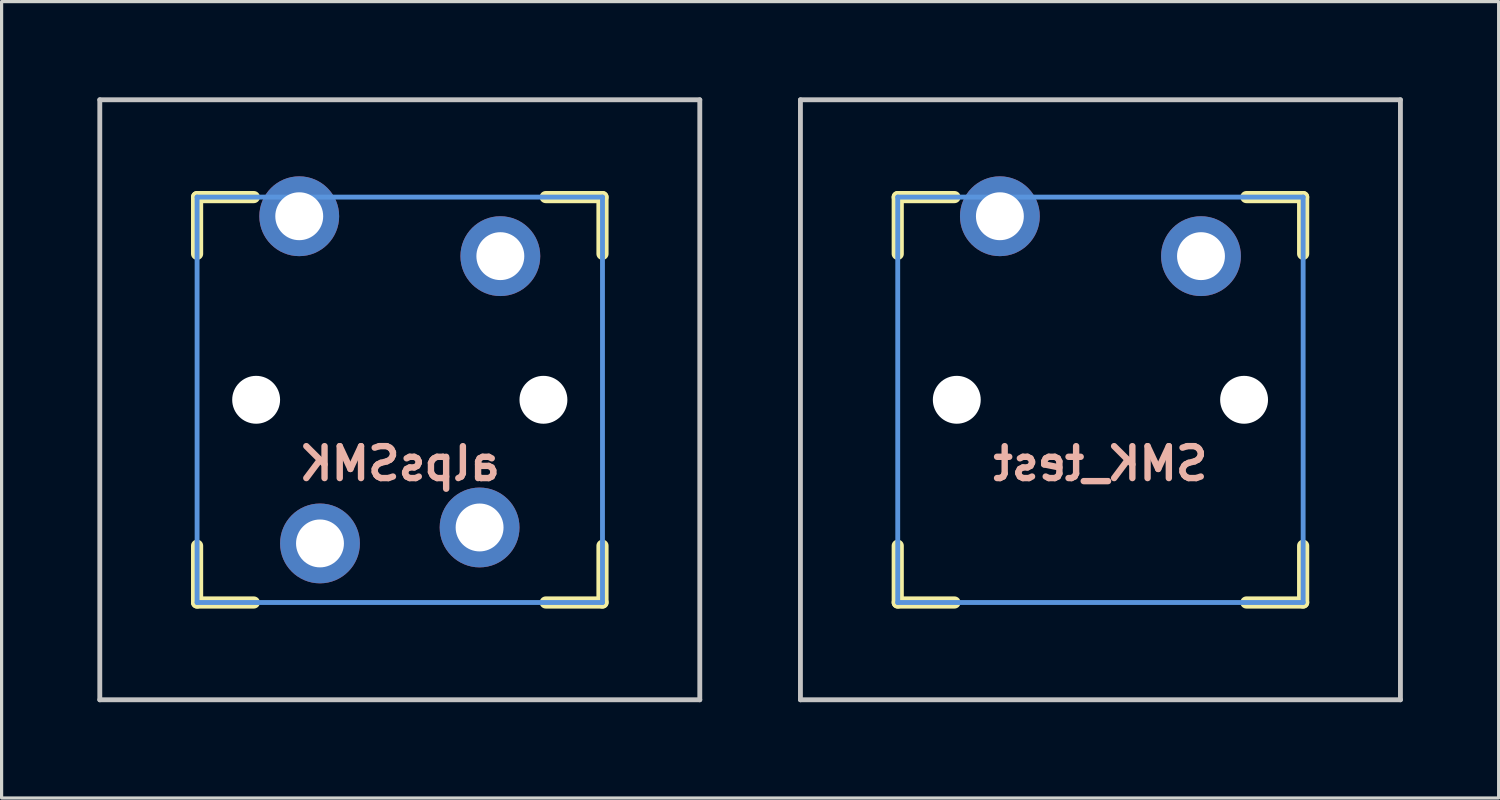
<source format=kicad_pcb>
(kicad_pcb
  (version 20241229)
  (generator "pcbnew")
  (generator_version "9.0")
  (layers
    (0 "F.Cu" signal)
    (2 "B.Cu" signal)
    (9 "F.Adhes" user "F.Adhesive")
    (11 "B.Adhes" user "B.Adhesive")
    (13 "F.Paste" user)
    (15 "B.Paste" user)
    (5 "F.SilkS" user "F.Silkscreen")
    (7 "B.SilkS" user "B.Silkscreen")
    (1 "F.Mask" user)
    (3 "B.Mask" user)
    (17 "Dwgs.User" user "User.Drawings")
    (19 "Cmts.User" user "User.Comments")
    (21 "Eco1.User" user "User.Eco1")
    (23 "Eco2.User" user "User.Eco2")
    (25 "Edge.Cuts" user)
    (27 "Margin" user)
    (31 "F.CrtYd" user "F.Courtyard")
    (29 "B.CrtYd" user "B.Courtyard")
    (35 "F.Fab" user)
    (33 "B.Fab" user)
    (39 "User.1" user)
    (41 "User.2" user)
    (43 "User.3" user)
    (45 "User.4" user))
  (footprint "alpsSMK"
    (layer "F.Cu")
    (at 9.474 9.474)
    (property "Reference" "alpsSMK" (at 0 2 0) (layer "B.SilkS") (effects (font (size 1 1) (thickness 0.2)) (justify mirror)))
    (attr through_hole)
    (fp_line (start -6.35 -6.35) (end -4.572 -6.35) (stroke (width 0.381) (type solid)) (layer "F.SilkS"))
    (fp_line (start -6.35 -4.572) (end -6.35 -6.35) (stroke (width 0.381) (type solid)) (layer "F.SilkS"))
    (fp_line (start -6.35 6.35) (end -6.35 4.572) (stroke (width 0.381) (type solid)) (layer "F.SilkS"))
    (fp_line (start -4.572 6.35) (end -6.35 6.35) (stroke (width 0.381) (type solid)) (layer "F.SilkS"))
    (fp_line (start 4.572 -6.35) (end 6.35 -6.35) (stroke (width 0.381) (type solid)) (layer "F.SilkS"))
    (fp_line (start 6.35 -6.35) (end 6.35 -4.572) (stroke (width 0.381) (type solid)) (layer "F.SilkS"))
    (fp_line (start 6.35 4.572) (end 6.35 6.35) (stroke (width 0.381) (type solid)) (layer "F.SilkS"))
    (fp_line (start 6.35 6.35) (end 4.572 6.35) (stroke (width 0.381) (type solid)) (layer "F.SilkS"))
    (fp_line (start -9.398 -9.398) (end 9.398 -9.398) (stroke (width 0.152) (type solid)) (layer "Dwgs.User"))
    (fp_line (start -9.398 9.398) (end -9.398 -9.398) (stroke (width 0.152) (type solid)) (layer "Dwgs.User"))
    (fp_line (start 9.398 -9.398) (end 9.398 9.398) (stroke (width 0.152) (type solid)) (layer "Dwgs.User"))
    (fp_line (start 9.398 9.398) (end -9.398 9.398) (stroke (width 0.152) (type solid)) (layer "Dwgs.User"))
    (fp_line (start -6.35 -6.35) (end 6.35 -6.35) (stroke (width 0.152) (type solid)) (layer "Cmts.User"))
    (fp_line (start -6.35 6.35) (end -6.35 -6.35) (stroke (width 0.152) (type solid)) (layer "Cmts.User"))
    (fp_line (start 6.35 -6.35) (end 6.35 6.35) (stroke (width 0.152) (type solid)) (layer "Cmts.User"))
    (fp_line (start 6.35 6.35) (end -6.35 6.35) (stroke (width 0.152) (type solid)) (layer "Cmts.User"))
    (fp_line (start -7.75 -6.4) (end -6.985 -6.4) (stroke (width 0.152) (type solid)) (layer "Eco2.User"))
    (fp_line (start -7.75 6.4) (end -7.75 -6.4) (stroke (width 0.152) (type solid)) (layer "Eco2.User"))
    (fp_line (start -7.75 6.4) (end -6.985 6.4) (stroke (width 0.152) (type solid)) (layer "Eco2.User"))
    (fp_line (start -6.985 -6.985) (end 6.985 -6.985) (stroke (width 0.152) (type solid)) (layer "Eco2.User"))
    (fp_line (start -6.985 -6.4) (end -6.985 -6.985) (stroke (width 0.152) (type solid)) (layer "Eco2.User"))
    (fp_line (start -6.985 6.4) (end -6.985 6.985) (stroke (width 0.152) (type solid)) (layer "Eco2.User"))
    (fp_line (start 6.985 -6.4) (end 6.985 -6.985) (stroke (width 0.152) (type solid)) (layer "Eco2.User"))
    (fp_line (start 6.985 6.4) (end 7.75 6.4) (stroke (width 0.152) (type solid)) (layer "Eco2.User"))
    (fp_line (start 6.985 6.985) (end -6.985 6.985) (stroke (width 0.152) (type solid)) (layer "Eco2.User"))
    (fp_line (start 6.985 6.985) (end 6.985 6.4) (stroke (width 0.152) (type solid)) (layer "Eco2.User"))
    (fp_line (start 7.75 -6.4) (end 6.985 -6.4) (stroke (width 0.152) (type solid)) (layer "Eco2.User"))
    (fp_line (start 7.75 6.4) (end 7.75 -6.4) (stroke (width 0.152) (type solid)) (layer "Eco2.User"))
    (pad "" np_thru_hole circle (at -4.5 0) (size 1.5 1.5) (drill 1.5) (layers "*.Cu" "*.Mask"))
    (pad "" np_thru_hole circle (at 4.5 0) (size 1.5 1.5) (drill 1.5) (layers "*.Cu" "*.Mask"))
    (pad "SW1" thru_hole circle (at -3.15 -5.75) (size 2.5 2.5) (drill 1.5) (layers "*.Cu" "*.Mask"))
    (pad "SW1" thru_hole circle (at -2.5 4.5) (size 2.5 2.5) (drill 1.5) (layers "*.Cu" "*.Mask"))
    (pad "SW2" thru_hole circle (at 2.5 4) (size 2.5 2.5) (drill 1.5) (layers "*.Cu" "*.Mask"))
    (pad "SW2" thru_hole circle (at 3.15 -4.5) (size 2.5 2.5) (drill 1.5) (layers "*.Cu" "*.Mask")))
  (footprint "SMK_test"
    (layer "F.Cu")
    (at 31.423 9.474)
    (property "Reference" "SMK_test" (at 0 2 0) (layer "B.SilkS") (effects (font (size 1 1) (thickness 0.2)) (justify mirror)))
    (attr through_hole)
    (fp_line (start -6.35 -6.35) (end -4.572 -6.35) (stroke (width 0.381) (type solid)) (layer "F.SilkS"))
    (fp_line (start -6.35 -4.572) (end -6.35 -6.35) (stroke (width 0.381) (type solid)) (layer "F.SilkS"))
    (fp_line (start -6.35 6.35) (end -6.35 4.572) (stroke (width 0.381) (type solid)) (layer "F.SilkS"))
    (fp_line (start -4.572 6.35) (end -6.35 6.35) (stroke (width 0.381) (type solid)) (layer "F.SilkS"))
    (fp_line (start 4.572 -6.35) (end 6.35 -6.35) (stroke (width 0.381) (type solid)) (layer "F.SilkS"))
    (fp_line (start 6.35 -6.35) (end 6.35 -4.572) (stroke (width 0.381) (type solid)) (layer "F.SilkS"))
    (fp_line (start 6.35 4.572) (end 6.35 6.35) (stroke (width 0.381) (type solid)) (layer "F.SilkS"))
    (fp_line (start 6.35 6.35) (end 4.572 6.35) (stroke (width 0.381) (type solid)) (layer "F.SilkS"))
    (fp_line (start -9.398 -9.398) (end 9.398 -9.398) (stroke (width 0.152) (type solid)) (layer "Dwgs.User"))
    (fp_line (start -9.398 9.398) (end -9.398 -9.398) (stroke (width 0.152) (type solid)) (layer "Dwgs.User"))
    (fp_line (start 9.398 -9.398) (end 9.398 9.398) (stroke (width 0.152) (type solid)) (layer "Dwgs.User"))
    (fp_line (start 9.398 9.398) (end -9.398 9.398) (stroke (width 0.152) (type solid)) (layer "Dwgs.User"))
    (fp_line (start -6.35 -6.35) (end 6.35 -6.35) (stroke (width 0.152) (type solid)) (layer "Cmts.User"))
    (fp_line (start -6.35 6.35) (end -6.35 -6.35) (stroke (width 0.152) (type solid)) (layer "Cmts.User"))
    (fp_line (start 6.35 -6.35) (end 6.35 6.35) (stroke (width 0.152) (type solid)) (layer "Cmts.User"))
    (fp_line (start 6.35 6.35) (end -6.35 6.35) (stroke (width 0.152) (type solid)) (layer "Cmts.User"))
    (fp_line (start -7.75 -6.4) (end -6.985 -6.4) (stroke (width 0.152) (type solid)) (layer "Eco2.User"))
    (fp_line (start -7.75 6.4) (end -7.75 -6.4) (stroke (width 0.152) (type solid)) (layer "Eco2.User"))
    (fp_line (start -7.75 6.4) (end -6.985 6.4) (stroke (width 0.152) (type solid)) (layer "Eco2.User"))
    (fp_line (start -6.985 -6.985) (end 6.985 -6.985) (stroke (width 0.152) (type solid)) (layer "Eco2.User"))
    (fp_line (start -6.985 -6.4) (end -6.985 -6.985) (stroke (width 0.152) (type solid)) (layer "Eco2.User"))
    (fp_line (start -6.985 6.4) (end -6.985 6.985) (stroke (width 0.152) (type solid)) (layer "Eco2.User"))
    (fp_line (start 6.985 -6.4) (end 6.985 -6.985) (stroke (width 0.152) (type solid)) (layer "Eco2.User"))
    (fp_line (start 6.985 6.4) (end 7.75 6.4) (stroke (width 0.152) (type solid)) (layer "Eco2.User"))
    (fp_line (start 6.985 6.985) (end -6.985 6.985) (stroke (width 0.152) (type solid)) (layer "Eco2.User"))
    (fp_line (start 6.985 6.985) (end 6.985 6.4) (stroke (width 0.152) (type solid)) (layer "Eco2.User"))
    (fp_line (start 7.75 -6.4) (end 6.985 -6.4) (stroke (width 0.152) (type solid)) (layer "Eco2.User"))
    (fp_line (start 7.75 6.4) (end 7.75 -6.4) (stroke (width 0.152) (type solid)) (layer "Eco2.User"))
    (pad "" np_thru_hole circle (at -4.5 0) (size 1.5 1.5) (drill 1.5) (layers "*.Cu" "*.Mask"))
    (pad "" np_thru_hole circle (at 4.5 0) (size 1.5 1.5) (drill 1.5) (layers "*.Cu" "*.Mask"))
    (pad "SW1" thru_hole circle (at -3.15 -5.75) (size 2.5 2.5) (drill 1.5) (layers "*.Cu" "*.Mask"))
    (pad "SW2" thru_hole circle (at 3.15 -4.5) (size 2.5 2.5) (drill 1.5) (layers "*.Cu" "*.Mask")))
  (gr_rect
    (start -3 -3)
    (end 43.897 21.948)
    (stroke (width 0.1) (type default))
    (fill no)
    (layer "Edge.Cuts")))
</source>
